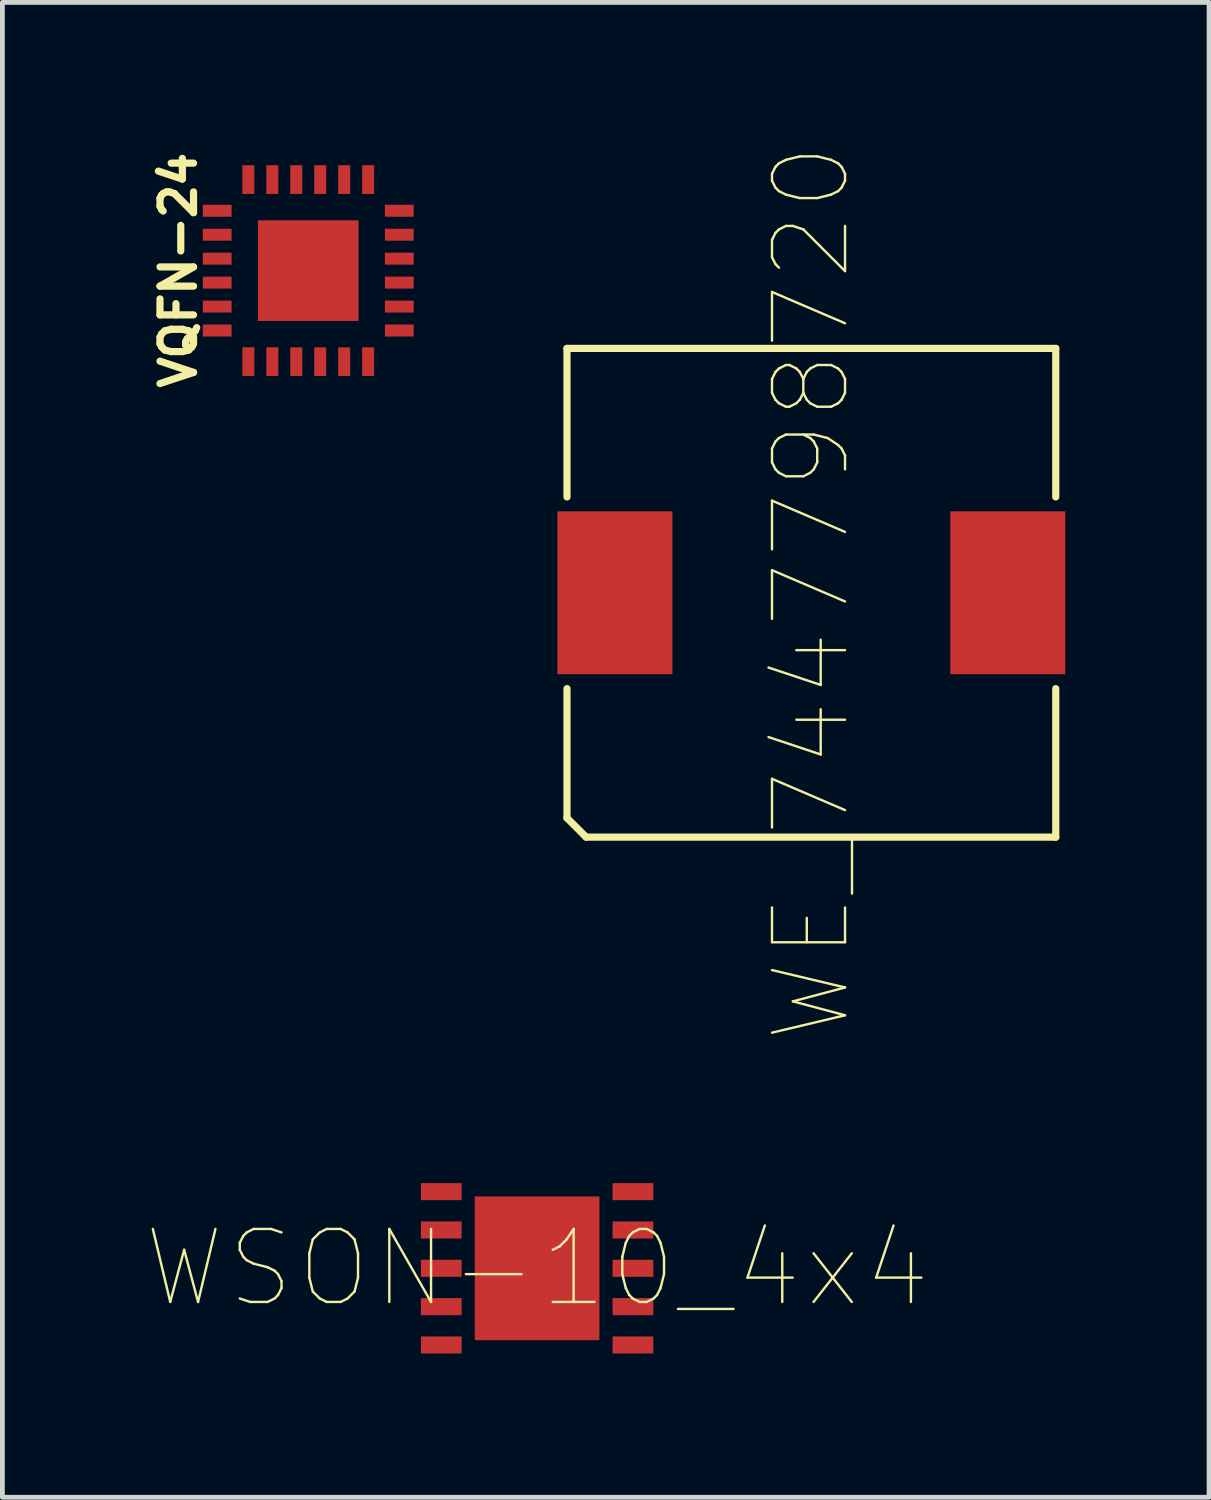
<source format=kicad_pcb>
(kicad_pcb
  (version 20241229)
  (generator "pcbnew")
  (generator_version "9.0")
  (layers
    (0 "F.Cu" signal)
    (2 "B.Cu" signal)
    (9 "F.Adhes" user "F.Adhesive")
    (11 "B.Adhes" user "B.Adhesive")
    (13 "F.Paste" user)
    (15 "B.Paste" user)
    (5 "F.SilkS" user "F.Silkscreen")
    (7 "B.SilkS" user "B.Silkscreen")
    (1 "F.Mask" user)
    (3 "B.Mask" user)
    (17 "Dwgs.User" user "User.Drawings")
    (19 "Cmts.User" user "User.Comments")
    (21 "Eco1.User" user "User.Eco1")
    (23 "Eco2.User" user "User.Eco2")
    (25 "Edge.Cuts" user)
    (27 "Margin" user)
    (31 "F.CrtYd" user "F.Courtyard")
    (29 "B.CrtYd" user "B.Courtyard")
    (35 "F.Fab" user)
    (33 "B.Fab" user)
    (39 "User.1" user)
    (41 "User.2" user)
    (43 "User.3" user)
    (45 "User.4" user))
  (footprint "WSON-10_4x4"
    (layer "F.Cu")
    (at 8.159 23.419)
    (property "Reference" "WSON-10_4x4" (at 0 0 180) (layer "F.SilkS") (effects (font (size 1.524 1.524) (thickness 0.05))))
    (attr smd)
    (pad "1" smd rect (at -2 -1.6 90) (size 0.356 0.85) (layers "F.Cu" "F.Mask" "F.Paste"))
    (pad "2" smd rect (at -2 -0.8 90) (size 0.356 0.85) (layers "F.Cu" "F.Mask" "F.Paste"))
    (pad "3" smd rect (at -2 0 90) (size 0.356 0.85) (layers "F.Cu" "F.Mask" "F.Paste"))
    (pad "4" smd rect (at -2 0.8 90) (size 0.356 0.85) (layers "F.Cu" "F.Mask" "F.Paste"))
    (pad "5" smd rect (at -2 1.6 90) (size 0.356 0.85) (layers "F.Cu" "F.Mask" "F.Paste"))
    (pad "6" smd rect (at 2 1.6 90) (size 0.356 0.85) (layers "F.Cu" "F.Mask" "F.Paste"))
    (pad "7" smd rect (at 2 0.8 90) (size 0.356 0.85) (layers "F.Cu" "F.Mask" "F.Paste"))
    (pad "8" smd rect (at 2 0 90) (size 0.356 0.85) (layers "F.Cu" "F.Mask" "F.Paste"))
    (pad "9" smd rect (at 2 -0.8 90) (size 0.356 0.85) (layers "F.Cu" "F.Mask" "F.Paste"))
    (pad "10" smd rect (at 2 -1.6 90) (size 0.356 0.85) (layers "F.Cu" "F.Mask" "F.Paste"))
    (pad "11" smd rect (at 0 0 180) (size 2.6 3) (layers "F.Cu" "F.Mask" "F.Paste")))
  (footprint "VQFN-24"
    (layer "F.Cu")
    (at 3.383 2.598)
    (property "Reference" "VQFN-24" (at -2.71 -0.01 270) (layer "F.SilkS") (effects (font (size 0.7 0.7) (thickness 0.15))))
    (attr smd)
    (pad "0" smd rect (at 0 -0.00001) (size 2.1 2.1) (layers "F.Cu" "F.Mask" "F.Paste"))
    (pad "1" smd rect (at -1.9 -1.25 90) (size 0.25 0.6) (layers "F.Cu" "F.Mask" "F.Paste"))
    (pad "2" smd rect (at -1.9 -0.75 90) (size 0.25 0.6) (layers "F.Cu" "F.Mask" "F.Paste"))
    (pad "3" smd rect (at -1.9 -0.25 90) (size 0.25 0.6) (layers "F.Cu" "F.Mask" "F.Paste"))
    (pad "4" smd rect (at -1.9 0.25 90) (size 0.25 0.6) (layers "F.Cu" "F.Mask" "F.Paste"))
    (pad "5" smd rect (at -1.9 0.75 90) (size 0.25 0.6) (layers "F.Cu" "F.Mask" "F.Paste"))
    (pad "6" smd rect (at -1.9 1.25 90) (size 0.25 0.6) (layers "F.Cu" "F.Mask" "F.Paste"))
    (pad "7" smd rect (at -1.25 1.9 180) (size 0.25 0.6) (layers "F.Cu" "F.Mask" "F.Paste"))
    (pad "8" smd rect (at -0.75 1.9 180) (size 0.25 0.6) (layers "F.Cu" "F.Mask" "F.Paste"))
    (pad "9" smd rect (at -0.25 1.9 180) (size 0.25 0.6) (layers "F.Cu" "F.Mask" "F.Paste"))
    (pad "10" smd rect (at 0.25 1.9 180) (size 0.25 0.6) (layers "F.Cu" "F.Mask" "F.Paste"))
    (pad "11" smd rect (at 0.75 1.9 180) (size 0.25 0.6) (layers "F.Cu" "F.Mask" "F.Paste"))
    (pad "12" smd rect (at 1.25 1.9 180) (size 0.25 0.6) (layers "F.Cu" "F.Mask" "F.Paste"))
    (pad "13" smd rect (at 1.9 1.25 270) (size 0.25 0.6) (layers "F.Cu" "F.Mask" "F.Paste"))
    (pad "14" smd rect (at 1.9 0.75 270) (size 0.25 0.6) (layers "F.Cu" "F.Mask" "F.Paste"))
    (pad "15" smd rect (at 1.9 0.25 270) (size 0.25 0.6) (layers "F.Cu" "F.Mask" "F.Paste"))
    (pad "16" smd rect (at 1.9 -0.25 270) (size 0.25 0.6) (layers "F.Cu" "F.Mask" "F.Paste"))
    (pad "17" smd rect (at 1.9 -0.75 270) (size 0.25 0.6) (layers "F.Cu" "F.Mask" "F.Paste"))
    (pad "18" smd rect (at 1.9 -1.25 270) (size 0.25 0.6) (layers "F.Cu" "F.Mask" "F.Paste"))
    (pad "19" smd rect (at 1.25 -1.9) (size 0.25 0.6) (layers "F.Cu" "F.Mask" "F.Paste"))
    (pad "20" smd rect (at 0.75 -1.9) (size 0.25 0.6) (layers "F.Cu" "F.Mask" "F.Paste"))
    (pad "21" smd rect (at 0.25 -1.9) (size 0.25 0.6) (layers "F.Cu" "F.Mask" "F.Paste"))
    (pad "22" smd rect (at -0.25 -1.9) (size 0.25 0.6) (layers "F.Cu" "F.Mask" "F.Paste"))
    (pad "23" smd rect (at -0.75 -1.9) (size 0.25 0.6) (layers "F.Cu" "F.Mask" "F.Paste"))
    (pad "24" smd rect (at -1.25 -1.9) (size 0.25 0.6) (layers "F.Cu" "F.Mask" "F.Paste")))
  (footprint "WE_7447798720"
    (layer "F.Cu")
    (at 13.883 9.321)
    (property "Reference" "WE_7447798720" (at 0 0 90) (layer "F.SilkS") (effects (font (size 1.524 1.524) (thickness 0.05))))
    (attr smd)
    (fp_line (start -5.1 -5.1) (end -5.1 -2) (stroke (width 0.15) (type solid)) (layer "F.SilkS"))
    (fp_line (start -5.1 -5.1) (end 5.1 -5.1) (stroke (width 0.15) (type solid)) (layer "F.SilkS"))
    (fp_line (start -5.1 4.7) (end -5.1 2) (stroke (width 0.15) (type solid)) (layer "F.SilkS"))
    (fp_line (start -4.7 5.1) (end -5.1 4.7) (stroke (width 0.15) (type solid)) (layer "F.SilkS"))
    (fp_line (start 5.1 -5.1) (end 5.1 -2) (stroke (width 0.15) (type solid)) (layer "F.SilkS"))
    (fp_line (start 5.1 5.1) (end -4.7 5.1) (stroke (width 0.15) (type solid)) (layer "F.SilkS"))
    (fp_line (start 5.1 5.1) (end 5.1 2) (stroke (width 0.15) (type solid)) (layer "F.SilkS"))
    (pad "1" smd rect (at -4.1 0 90) (size 3.4 2.4) (layers "F.Cu" "F.Mask" "F.Paste"))
    (pad "2" smd rect (at 4.1 0 90) (size 3.4 2.4) (layers "F.Cu" "F.Mask" "F.Paste")))
  (gr_rect
    (start -3 -3)
    (end 22.183 28.197)
    (stroke (width 0.1) (type default))
    (fill no)
    (layer "Edge.Cuts")))
</source>
